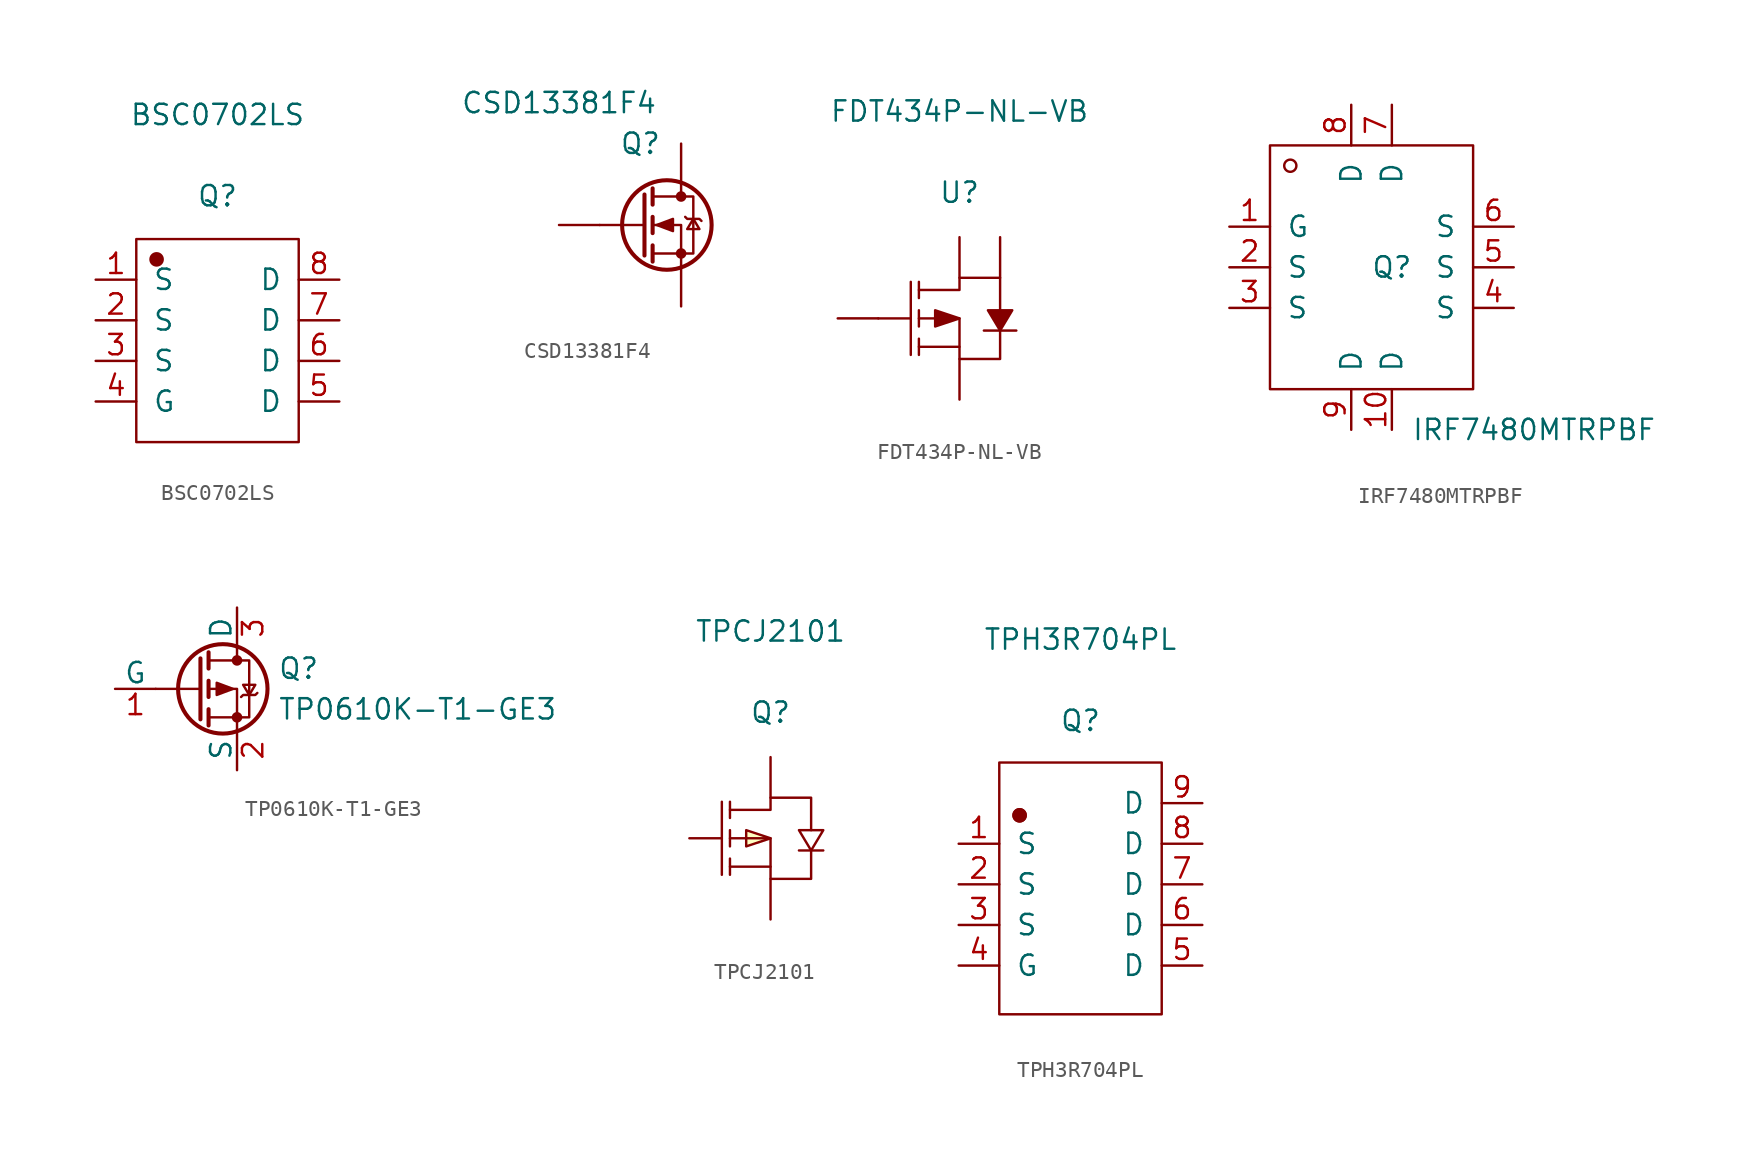
<source format=kicad_sym>
(kicad_symbol_lib
  (version 20231120)
  (generator "kicad_symbol_editor")
  (generator_version "8.0")
  (symbol "BSC0702LS"
    (pin_names
      (offset 1.016))
    (property "Reference" "Q"
      (at 0 10.312 0)
      (effects (font (size 1.27 1.27))))
    (property "Value" "BSC0702LS"
      (at 0 15.392 0)
      (effects (font (size 1.27 1.27))))
    (symbol "BSC0702LS_1_1"
      (rectangle (start -5.08 7.62) (end 5.08 -5.08) (stroke (width 0.152) (type solid)) (fill (type none)))
      (circle (center -3.81 6.35) (radius 0.381) (stroke (width 0.152) (type solid)) (fill (type outline)))
      (pin passive line (at -7.62 5.08 0) (length 2.54) (name "S" (effects (font (size 1.27 1.27)))) (number "1" (effects (font (size 1.27 1.27)))))
      (pin passive line (at -7.62 2.54 0) (length 2.54) (name "S" (effects (font (size 1.27 1.27)))) (number "2" (effects (font (size 1.27 1.27)))))
      (pin passive line (at -7.62 0 0) (length 2.54) (name "S" (effects (font (size 1.27 1.27)))) (number "3" (effects (font (size 1.27 1.27)))))
      (pin input line (at -7.62 -2.54 0) (length 2.54) (name "G" (effects (font (size 1.27 1.27)))) (number "4" (effects (font (size 1.27 1.27)))))
      (pin passive line (at 7.62 -2.54 180) (length 2.54) (name "D" (effects (font (size 1.27 1.27)))) (number "5" (effects (font (size 1.27 1.27)))))
      (pin passive line (at 7.62 0 180) (length 2.54) (name "D" (effects (font (size 1.27 1.27)))) (number "6" (effects (font (size 1.27 1.27)))))
      (pin passive line (at 7.62 2.54 180) (length 2.54) (name "D" (effects (font (size 1.27 1.27)))) (number "7" (effects (font (size 1.27 1.27)))))
      (pin passive line (at 7.62 5.08 180) (length 2.54) (name "D" (effects (font (size 1.27 1.27)))) (number "8" (effects (font (size 1.27 1.27)))))))
  (symbol "CSD13381F4"
    (pin_numbers hide)
    (pin_names
      (offset 1.016) hide)
    (property "Reference" "Q"
      (at -1.27 5.08 0)
      (effects (font (size 1.27 1.27))))
    (property "Value" "CSD13381F4"
      (at -6.35 7.62 0)
      (effects (font (size 1.27 1.27))))
    (symbol "CSD13381F4_0_1"
      (polyline (pts (xy -1.016 0) (xy -3.81 0)) (stroke (width 0) (type default)) (fill (type none)))
      (polyline (pts (xy -1.016 1.905) (xy -1.016 -1.905)) (stroke (width 0.254) (type default)) (fill (type none)))
      (polyline (pts (xy -0.508 -1.27) (xy -0.508 -2.286)) (stroke (width 0.254) (type default)) (fill (type none)))
      (polyline (pts (xy -0.508 0.508) (xy -0.508 -0.508)) (stroke (width 0.254) (type default)) (fill (type none)))
      (polyline (pts (xy -0.508 2.286) (xy -0.508 1.27)) (stroke (width 0.254) (type default)) (fill (type none)))
      (polyline (pts (xy 1.27 2.54) (xy 1.27 1.778)) (stroke (width 0) (type default)) (fill (type none)))
      (polyline (pts (xy 1.27 -2.54) (xy 1.27 0) (xy -0.508 0)) (stroke (width 0) (type default)) (fill (type none)))
      (polyline (pts (xy -0.508 -1.778) (xy 2.032 -1.778) (xy 2.032 1.778) (xy -0.508 1.778)) (stroke (width 0) (type default)) (fill (type none)))
      (polyline (pts (xy -0.254 0) (xy 0.762 0.381) (xy 0.762 -0.381) (xy -0.254 0)) (stroke (width 0) (type default)) (fill (type outline)))
      (polyline (pts (xy 1.524 0.508) (xy 1.651 0.381) (xy 2.413 0.381) (xy 2.54 0.254)) (stroke (width 0) (type default)) (fill (type none)))
      (polyline (pts (xy 2.032 0.381) (xy 1.651 -0.254) (xy 2.413 -0.254) (xy 2.032 0.381)) (stroke (width 0) (type default)) (fill (type none)))
      (circle (center 0.381 0) (radius 2.794) (stroke (width 0.254) (type default)) (fill (type none)))
      (circle (center 1.27 -1.778) (radius 0.254) (stroke (width 0) (type default)) (fill (type outline)))
      (circle (center 1.27 1.778) (radius 0.254) (stroke (width 0) (type default)) (fill (type outline))))
    (symbol "CSD13381F4_1_1"
      (pin input line (at -6.35 0 0) (length 2.54) (name "G" (effects (font (size 1.27 1.27)))) (number "1" (effects (font (size 1.27 1.27)))))
      (pin passive line (at 1.27 -5.08 90) (length 2.54) (name "S" (effects (font (size 1.27 1.27)))) (number "2" (effects (font (size 1.27 1.27)))))
      (pin passive line (at 1.27 5.08 270) (length 2.54) (name "D" (effects (font (size 1.27 1.27)))) (number "3" (effects (font (size 1.27 1.27)))))))
  (symbol "FDT434P-NL-VB"
    (pin_numbers hide)
    (pin_names
      (offset 1.016) hide)
    (property "Reference" "U"
      (at 0 7.874 0)
      (effects (font (size 1.27 1.27))))
    (property "Value" "FDT434P-NL-VB"
      (at 0 12.954 0)
      (effects (font (size 1.27 1.27))))
    (symbol "FDT434P-NL-VB_1_1"
      (polyline (pts (xy -5.08 0) (xy -3.048 0)) (stroke (width 0.152) (type solid)) (fill (type none)))
      (polyline (pts (xy -3.048 2.286) (xy -3.048 -2.286)) (stroke (width 0.152) (type solid)) (fill (type none)))
      (polyline (pts (xy -2.54 -2.286) (xy -2.54 -1.27)) (stroke (width 0.152) (type solid)) (fill (type none)))
      (polyline (pts (xy -2.54 -0.508) (xy -2.54 0.508)) (stroke (width 0.152) (type solid)) (fill (type none)))
      (polyline (pts (xy -2.54 2.286) (xy -2.54 1.27)) (stroke (width 0.152) (type solid)) (fill (type none)))
      (polyline (pts (xy 0 -1.778) (xy -2.54 -1.778)) (stroke (width 0.152) (type solid)) (fill (type none)))
      (polyline (pts (xy 0 0) (xy -1.524 0.508) (xy -1.524 -0.508) (xy 0 0)) (stroke (width 0.152) (type solid)) (fill (type outline)))
      (polyline (pts (xy 2.54 -0.762) (xy 1.778 0.508) (xy 3.302 0.508) (xy 2.54 -0.762)) (stroke (width 0.152) (type solid)) (fill (type outline)))
      (polyline (pts (xy 3.556 -0.762) (xy 3.048 -0.762) (xy 2.032 -0.762) (xy 1.524 -0.762)) (stroke (width 0.152) (type solid)) (fill (type none)))
      (polyline (pts (xy -2.54 1.778) (xy 0 1.778) (xy 0 2.54) (xy 2.54 2.54) (xy 2.54 0.508)) (stroke (width 0.152) (type solid)) (fill (type none)))
      (polyline (pts (xy -2.54 0) (xy 0 0) (xy 0 -2.54) (xy 2.54 -2.54) (xy 2.54 -2.54) (xy 2.54 -0.762)) (stroke (width 0.152) (type solid)) (fill (type none)))
      (pin input line (at -7.62 0 0) (length 2.54) (name "G" (effects (font (size 1.27 1.27)))) (number "1" (effects (font (size 1.27 1.27)))))
      (pin passive line (at 0 5.08 270) (length 2.54) (name "D" (effects (font (size 1.27 1.27)))) (number "2" (effects (font (size 1.27 1.27)))))
      (pin passive line (at 0 -5.08 90) (length 2.54) (name "S" (effects (font (size 1.27 1.27)))) (number "3" (effects (font (size 1.27 1.27)))))
      (pin passive line (at 2.54 5.08 270) (length 2.54) (name "D" (effects (font (size 1.27 1.27)))) (number "4" (effects (font (size 1.27 1.27)))))))
  (symbol "IRF7480MTRPBF"
    (pin_names
      (offset 1.016))
    (property "Reference" "Q"
      (at 0 0 0)
      (effects (font (size 1.27 1.27))))
    (property "Value" "IRF7480MTRPBF"
      (at 8.89 -10.16 0)
      (effects (font (size 1.27 1.27))))
    (symbol "IRF7480MTRPBF_1_1"
      (rectangle (start -7.62 -7.62) (end 5.08 7.62) (stroke (width 0) (type default)) (fill (type none)))
      (circle (center -6.35 6.35) (radius 0.381) (stroke (width 0) (type default)) (fill (type none)))
      (pin input line (at -10.16 2.54 0) (length 2.54) (name "G" (effects (font (size 1.27 1.27)))) (number "1" (effects (font (size 1.27 1.27)))))
      (pin passive line (at 0 -10.16 90) (length 2.54) (name "D" (effects (font (size 1.27 1.27)))) (number "10" (effects (font (size 1.27 1.27)))))
      (pin passive line (at -10.16 0 0) (length 2.54) (name "S" (effects (font (size 1.27 1.27)))) (number "2" (effects (font (size 1.27 1.27)))))
      (pin passive line (at -10.16 -2.54 0) (length 2.54) (name "S" (effects (font (size 1.27 1.27)))) (number "3" (effects (font (size 1.27 1.27)))))
      (pin passive line (at 7.62 -2.54 180) (length 2.54) (name "S" (effects (font (size 1.27 1.27)))) (number "4" (effects (font (size 1.27 1.27)))))
      (pin passive line (at 7.62 0 180) (length 2.54) (name "S" (effects (font (size 1.27 1.27)))) (number "5" (effects (font (size 1.27 1.27)))))
      (pin passive line (at 7.62 2.54 180) (length 2.54) (name "S" (effects (font (size 1.27 1.27)))) (number "6" (effects (font (size 1.27 1.27)))))
      (pin passive line (at 0 10.16 270) (length 2.54) (name "D" (effects (font (size 1.27 1.27)))) (number "7" (effects (font (size 1.27 1.27)))))
      (pin passive line (at -2.54 10.16 270) (length 2.54) (name "D" (effects (font (size 1.27 1.27)))) (number "8" (effects (font (size 1.27 1.27)))))
      (pin passive line (at -2.54 -10.16 90) (length 2.54) (name "D" (effects (font (size 1.27 1.27)))) (number "9" (effects (font (size 1.27 1.27)))))))
  (symbol "TP0610K-T1-GE3"
    (pin_names
      (offset 0))
    (property "Reference" "Q"
      (at 5.08 1.27 0)
      (effects (font (size 1.27 1.27)) (justify left)))
    (property "Value" "TP0610K-T1-GE3"
      (at 5.08 -1.27 0)
      (effects (font (size 1.27 1.27)) (justify left)))
    (symbol "TP0610K-T1-GE3_0_1"
      (polyline (pts (xy 0.254 0) (xy -2.54 0)) (stroke (width 0) (type default)) (fill (type none)))
      (polyline (pts (xy 0.254 1.905) (xy 0.254 -1.905)) (stroke (width 0.254) (type default)) (fill (type none)))
      (polyline (pts (xy 0.762 -1.27) (xy 0.762 -2.286)) (stroke (width 0.254) (type default)) (fill (type none)))
      (polyline (pts (xy 0.762 0.508) (xy 0.762 -0.508)) (stroke (width 0.254) (type default)) (fill (type none)))
      (polyline (pts (xy 0.762 2.286) (xy 0.762 1.27)) (stroke (width 0.254) (type default)) (fill (type none)))
      (polyline (pts (xy 2.54 2.54) (xy 2.54 1.778)) (stroke (width 0) (type default)) (fill (type none)))
      (polyline (pts (xy 2.54 -2.54) (xy 2.54 0) (xy 0.762 0)) (stroke (width 0) (type default)) (fill (type none)))
      (polyline (pts (xy 0.762 1.778) (xy 3.302 1.778) (xy 3.302 -1.778) (xy 0.762 -1.778)) (stroke (width 0) (type default)) (fill (type none)))
      (polyline (pts (xy 2.286 0) (xy 1.27 0.381) (xy 1.27 -0.381) (xy 2.286 0)) (stroke (width 0) (type default)) (fill (type outline)))
      (polyline (pts (xy 2.794 -0.508) (xy 2.921 -0.381) (xy 3.683 -0.381) (xy 3.81 -0.254)) (stroke (width 0) (type default)) (fill (type none)))
      (polyline (pts (xy 3.302 -0.381) (xy 2.921 0.254) (xy 3.683 0.254) (xy 3.302 -0.381)) (stroke (width 0) (type default)) (fill (type none)))
      (circle (center 1.651 0) (radius 2.794) (stroke (width 0.254) (type default)) (fill (type none)))
      (circle (center 2.54 -1.778) (radius 0.254) (stroke (width 0) (type default)) (fill (type outline)))
      (circle (center 2.54 1.778) (radius 0.254) (stroke (width 0) (type default)) (fill (type outline))))
    (symbol "TP0610K-T1-GE3_1_1"
      (pin input line (at -5.08 0 0) (length 2.54) (name "G" (effects (font (size 1.27 1.27)))) (number "1" (effects (font (size 1.27 1.27)))))
      (pin passive line (at 2.54 -5.08 90) (length 2.54) (name "S" (effects (font (size 1.27 1.27)))) (number "2" (effects (font (size 1.27 1.27)))))
      (pin passive line (at 2.54 5.08 270) (length 2.54) (name "D" (effects (font (size 1.27 1.27)))) (number "3" (effects (font (size 1.27 1.27)))))))
  (symbol "TPCJ2101"
    (pin_numbers hide)
    (pin_names
      (offset 1.016) hide)
    (property "Reference" "Q"
      (at 0 7.874 0)
      (effects (font (size 1.27 1.27))))
    (property "Value" "TPCJ2101"
      (at 0 12.954 0)
      (effects (font (size 1.27 1.27))))
    (symbol "TPCJ2101_1_1"
      (polyline (pts (xy -3.048 2.286) (xy -3.048 -2.286)) (stroke (width 0.152) (type solid)) (fill (type none)))
      (polyline (pts (xy -2.54 -2.286) (xy -2.54 -1.27)) (stroke (width 0.152) (type solid)) (fill (type none)))
      (polyline (pts (xy -2.54 -0.508) (xy -2.54 0.508)) (stroke (width 0.152) (type solid)) (fill (type none)))
      (polyline (pts (xy -2.54 2.286) (xy -2.54 1.27)) (stroke (width 0.152) (type solid)) (fill (type none)))
      (polyline (pts (xy 0 -1.778) (xy -2.54 -1.778)) (stroke (width 0.152) (type solid)) (fill (type none)))
      (polyline (pts (xy 0 0) (xy -1.524 0.508) (xy -1.524 -0.508) (xy 0 0)) (stroke (width 0.152) (type solid)) (fill (type background)))
      (polyline (pts (xy 2.54 -0.762) (xy 1.778 0.508) (xy 3.302 0.508) (xy 2.54 -0.762)) (stroke (width 0.152) (type solid)) (fill (type none)))
      (polyline (pts (xy 3.302 -0.762) (xy 3.048 -0.762) (xy 2.032 -0.762) (xy 1.778 -0.762)) (stroke (width 0.152) (type solid)) (fill (type none)))
      (polyline (pts (xy -2.54 0) (xy 0 0) (xy 0 -2.54) (xy 2.54 -2.54) (xy 2.54 -0.762)) (stroke (width 0.152) (type solid)) (fill (type none)))
      (polyline (pts (xy -2.54 1.778) (xy 0 1.778) (xy 0 2.54) (xy 2.54 2.54) (xy 2.54 0.508)) (stroke (width 0.152) (type solid)) (fill (type none)))
      (pin input line (at -5.08 0 0) (length 2.032) (name "G" (effects (font (size 1.27 1.27)))) (number "1" (effects (font (size 1.27 1.27)))))
      (pin passive line (at 0 -5.08 90) (length 2.54) (name "S" (effects (font (size 1.27 1.27)))) (number "2" (effects (font (size 1.27 1.27)))))
      (pin passive line (at 0 5.08 270) (length 2.54) (name "D" (effects (font (size 1.27 1.27)))) (number "3" (effects (font (size 1.27 1.27)))))))
  (symbol "TPH3R704PL"
    (pin_names
      (offset 1.016))
    (property "Reference" "Q"
      (at 0 11.506 0)
      (effects (font (size 1.27 1.27))))
    (property "Value" "TPH3R704PL"
      (at 0 16.586 0)
      (effects (font (size 1.27 1.27))))
    (symbol "TPH3R704PL_1_1"
      (rectangle (start -5.08 8.89) (end 5.08 -6.858) (stroke (width 0.152) (type solid)) (fill (type none)))
      (circle (center -3.81 5.588) (radius 0.381) (stroke (width 0.152) (type solid)) (fill (type outline)))
      (circle (center -3.81 5.588) (radius 0.381) (stroke (width 0.152) (type solid)) (fill (type outline)))
      (pin passive line (at -7.62 3.81 0) (length 2.54) (name "S" (effects (font (size 1.27 1.27)))) (number "1" (effects (font (size 1.27 1.27)))))
      (pin passive line (at -7.62 1.27 0) (length 2.54) (name "S" (effects (font (size 1.27 1.27)))) (number "2" (effects (font (size 1.27 1.27)))))
      (pin passive line (at -7.62 -1.27 0) (length 2.54) (name "S" (effects (font (size 1.27 1.27)))) (number "3" (effects (font (size 1.27 1.27)))))
      (pin input line (at -7.62 -3.81 0) (length 2.54) (name "G" (effects (font (size 1.27 1.27)))) (number "4" (effects (font (size 1.27 1.27)))))
      (pin passive line (at 7.62 -3.81 180) (length 2.54) (name "D" (effects (font (size 1.27 1.27)))) (number "5" (effects (font (size 1.27 1.27)))))
      (pin passive line (at 7.62 -1.27 180) (length 2.54) (name "D" (effects (font (size 1.27 1.27)))) (number "6" (effects (font (size 1.27 1.27)))))
      (pin passive line (at 7.62 1.27 180) (length 2.54) (name "D" (effects (font (size 1.27 1.27)))) (number "7" (effects (font (size 1.27 1.27)))))
      (pin passive line (at 7.62 3.81 180) (length 2.54) (name "D" (effects (font (size 1.27 1.27)))) (number "8" (effects (font (size 1.27 1.27)))))
      (pin passive line (at 7.62 6.35 180) (length 2.54) (name "D" (effects (font (size 1.27 1.27)))) (number "9" (effects (font (size 1.27 1.27))))))))
</source>
